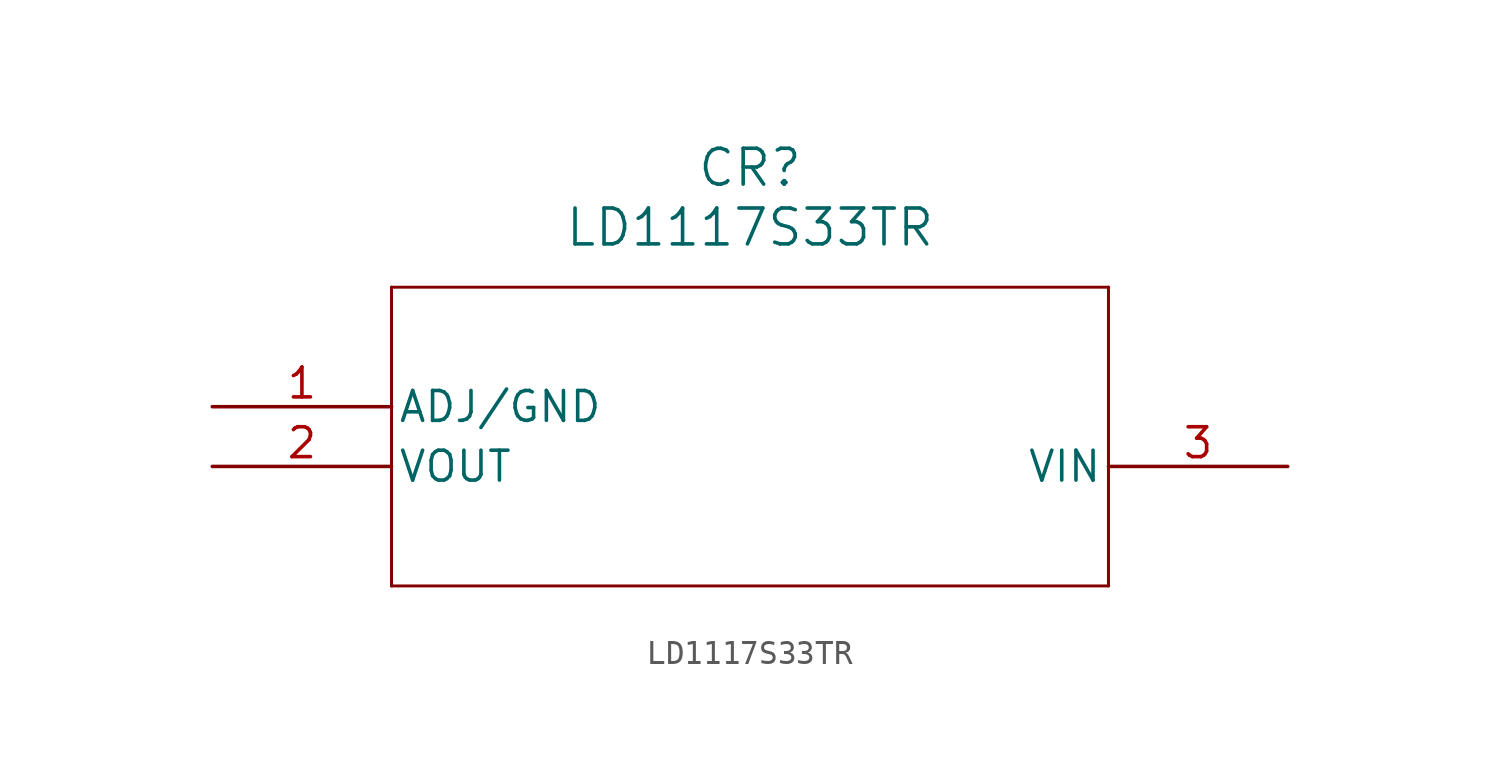
<source format=kicad_sym>
(kicad_symbol_lib
  (version 20211014)
  (generator kicad_symbol_editor)
  (symbol "LD1117S33TR"
    (pin_names
      (offset 0.254))
    (property "Reference" "CR"
      (at 22.86 10.16 0)
      (effects (font (size 1.524 1.524))))
    (property "Value" "LD1117S33TR"
      (at 22.86 7.62 0)
      (effects (font (size 1.524 1.524))))
    (symbol "LD1117S33TR_0_1"
      (polyline (pts (xy 7.62 5.08) (xy 7.62 -7.62)) (stroke (width 0.127) (type default) (color 0 0 0 0)) (fill (type none)))
      (polyline (pts (xy 7.62 -7.62) (xy 38.1 -7.62)) (stroke (width 0.127) (type default) (color 0 0 0 0)) (fill (type none)))
      (polyline (pts (xy 38.1 -7.62) (xy 38.1 5.08)) (stroke (width 0.127) (type default) (color 0 0 0 0)) (fill (type none)))
      (polyline (pts (xy 38.1 5.08) (xy 7.62 5.08)) (stroke (width 0.127) (type default) (color 0 0 0 0)) (fill (type none)))
      (pin power_out line (at 0 0 0) (length 7.62) (name "ADJ/GND" (effects (font (size 1.27 1.27)))) (number "1" (effects (font (size 1.27 1.27)))))
      (pin power_in line (at 0 -2.54 0) (length 7.62) (name "VOUT" (effects (font (size 1.27 1.27)))) (number "2" (effects (font (size 1.27 1.27)))))
      (pin power_in line (at 45.72 -2.54 180) (length 7.62) (name "VIN" (effects (font (size 1.27 1.27)))) (number "3" (effects (font (size 1.27 1.27))))))))
</source>
